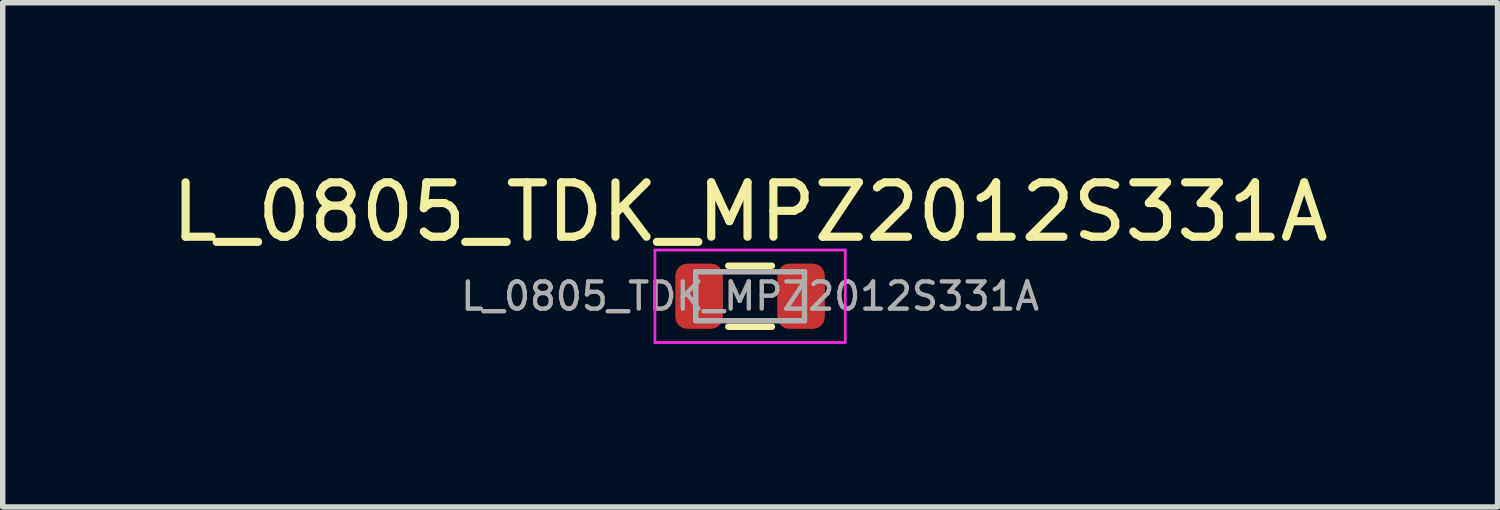
<source format=kicad_pcb>
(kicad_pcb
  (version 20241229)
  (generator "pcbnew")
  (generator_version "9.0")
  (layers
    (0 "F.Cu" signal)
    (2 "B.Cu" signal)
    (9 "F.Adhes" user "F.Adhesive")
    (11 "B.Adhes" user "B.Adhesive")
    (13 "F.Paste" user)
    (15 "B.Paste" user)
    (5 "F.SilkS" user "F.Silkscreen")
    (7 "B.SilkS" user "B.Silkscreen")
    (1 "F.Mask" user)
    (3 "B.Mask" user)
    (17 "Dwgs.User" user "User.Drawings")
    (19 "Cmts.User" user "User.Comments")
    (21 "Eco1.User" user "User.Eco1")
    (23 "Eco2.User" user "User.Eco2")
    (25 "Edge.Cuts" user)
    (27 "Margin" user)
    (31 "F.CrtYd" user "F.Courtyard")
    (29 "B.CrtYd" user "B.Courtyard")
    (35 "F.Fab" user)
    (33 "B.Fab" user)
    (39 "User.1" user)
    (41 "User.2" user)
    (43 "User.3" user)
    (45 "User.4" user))
  (footprint "L_0805_TDK_MPZ2012S331A"
    (layer "F.Cu")
    (at 10.744 2.398)
    (property "Reference" "L_0805_TDK_MPZ2012S331A" (at 0 -1.55 0) (layer "F.SilkS") (effects (font (size 1 1) (thickness 0.15))))
    (attr smd)
    (fp_line (start -0.4 -0.56) (end 0.4 -0.56) (stroke (width 0.12) (type solid)) (layer "F.SilkS"))
    (fp_line (start -0.4 0.56) (end 0.4 0.56) (stroke (width 0.12) (type solid)) (layer "F.SilkS"))
    (fp_line (start -1.75 -0.85) (end 1.75 -0.85) (stroke (width 0.05) (type solid)) (layer "F.CrtYd"))
    (fp_line (start -1.75 0.85) (end -1.75 -0.85) (stroke (width 0.05) (type solid)) (layer "F.CrtYd"))
    (fp_line (start 1.75 -0.85) (end 1.75 0.85) (stroke (width 0.05) (type solid)) (layer "F.CrtYd"))
    (fp_line (start 1.75 0.85) (end -1.75 0.85) (stroke (width 0.05) (type solid)) (layer "F.CrtYd"))
    (fp_line (start -1 -0.45) (end 1 -0.45) (stroke (width 0.1) (type solid)) (layer "F.Fab"))
    (fp_line (start -1 0.45) (end -1 -0.45) (stroke (width 0.1) (type solid)) (layer "F.Fab"))
    (fp_line (start 1 -0.45) (end 1 0.45) (stroke (width 0.1) (type solid)) (layer "F.Fab"))
    (fp_line (start 1 0.45) (end -1 0.45) (stroke (width 0.1) (type solid)) (layer "F.Fab"))
    (fp_text user "${REFERENCE}" (at 0 0 0) (layer "F.Fab") (effects (font (size 0.5 0.5) (thickness 0.08))))
    (pad "1" smd roundrect (at -0.938 0) (size 0.875 1.2) (layers "F.Cu" "F.Mask" "F.Paste") (roundrect_rratio 0.25))
    (pad "2" smd roundrect (at 0.938 0) (size 0.875 1.2) (layers "F.Cu" "F.Mask" "F.Paste") (roundrect_rratio 0.25)))
  (gr_rect
    (start -3 -3)
    (end 24.488 6.273)
    (stroke (width 0.1) (type default))
    (fill no)
    (layer "Edge.Cuts")))
</source>
